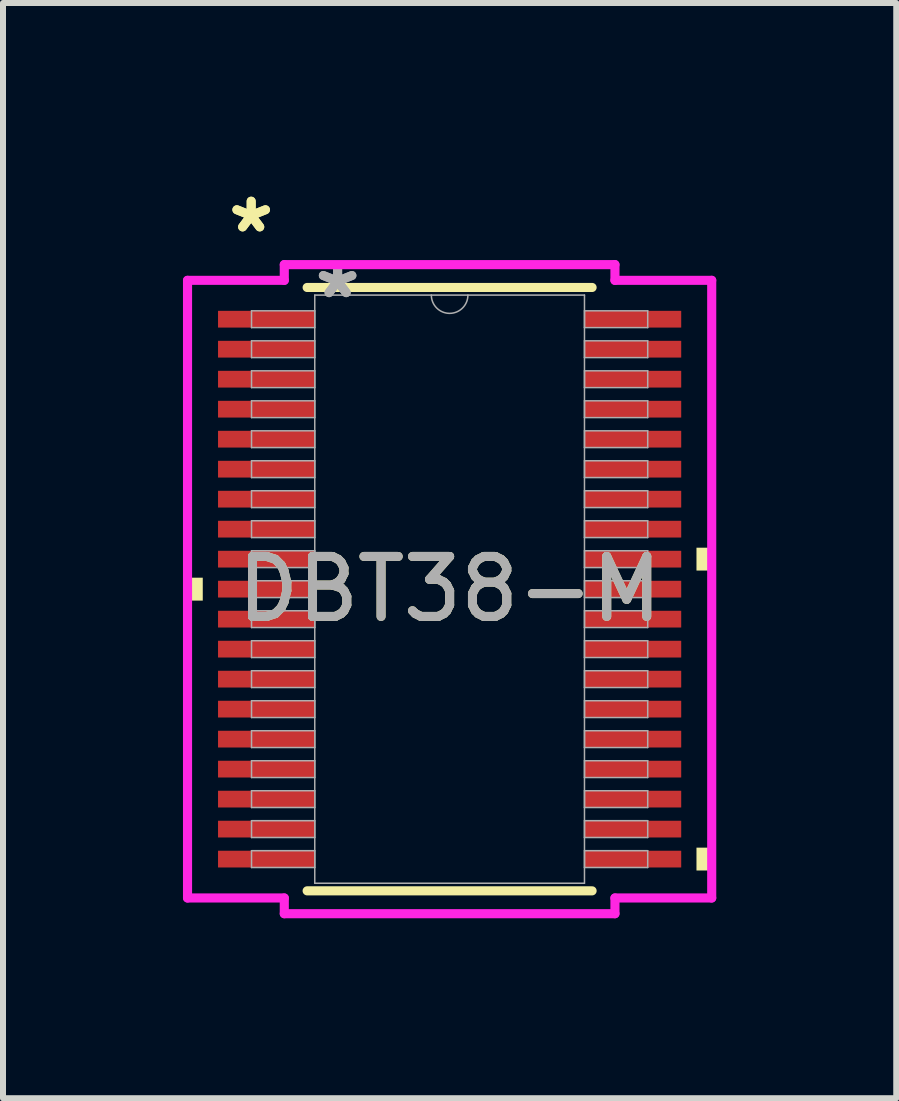
<source format=kicad_pcb>
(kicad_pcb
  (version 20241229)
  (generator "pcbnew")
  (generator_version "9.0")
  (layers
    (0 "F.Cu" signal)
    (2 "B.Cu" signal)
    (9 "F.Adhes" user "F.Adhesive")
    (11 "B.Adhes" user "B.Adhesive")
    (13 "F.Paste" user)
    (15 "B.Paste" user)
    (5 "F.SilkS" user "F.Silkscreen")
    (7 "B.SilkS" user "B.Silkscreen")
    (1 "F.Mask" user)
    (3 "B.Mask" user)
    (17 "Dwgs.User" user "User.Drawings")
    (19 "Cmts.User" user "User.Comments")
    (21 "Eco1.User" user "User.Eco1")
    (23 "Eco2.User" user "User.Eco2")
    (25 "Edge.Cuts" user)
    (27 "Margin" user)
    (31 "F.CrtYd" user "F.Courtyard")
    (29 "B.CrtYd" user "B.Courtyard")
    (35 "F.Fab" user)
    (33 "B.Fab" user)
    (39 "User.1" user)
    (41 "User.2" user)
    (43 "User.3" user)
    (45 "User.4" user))
  (footprint "DBT38-M"
    (layer "F.Cu")
    (at 4.445 6.771)
    (property "Reference" "DBT38-M" (at 0 0 0) (unlocked yes) (layer "F.SilkS") (effects (font (size 1 1) (thickness 0.15))))
    (attr smd)
    (fp_line (start -2.375 5.029) (end 2.375 5.029) (stroke (width 0.152) (type solid)) (layer "F.SilkS"))
    (fp_line (start 2.375 -5.029) (end -2.375 -5.029) (stroke (width 0.152) (type solid)) (layer "F.SilkS"))
    (fp_poly (pts (xy -4.369 -0.191) (xy -4.369 0.191) (xy -4.115 0.191) (xy -4.115 -0.191)) (stroke (width 0) (type solid)) (fill yes) (layer "F.SilkS"))
    (fp_poly (pts (xy 4.369 -0.691) (xy 4.369 -0.31) (xy 4.115 -0.31) (xy 4.115 -0.691)) (stroke (width 0) (type solid)) (fill yes) (layer "F.SilkS"))
    (fp_poly (pts (xy 4.369 4.309) (xy 4.369 4.69) (xy 4.115 4.69) (xy 4.115 4.309)) (stroke (width 0) (type solid)) (fill yes) (layer "F.SilkS"))
    (fp_line (start -4.369 -5.148) (end -2.756 -5.148) (stroke (width 0.152) (type solid)) (layer "F.CrtYd"))
    (fp_line (start -4.369 5.148) (end -4.369 -5.148) (stroke (width 0.152) (type solid)) (layer "F.CrtYd"))
    (fp_line (start -4.369 5.148) (end -2.756 5.148) (stroke (width 0.152) (type solid)) (layer "F.CrtYd"))
    (fp_line (start -2.756 -5.41) (end 2.756 -5.41) (stroke (width 0.152) (type solid)) (layer "F.CrtYd"))
    (fp_line (start -2.756 -5.148) (end -2.756 -5.41) (stroke (width 0.152) (type solid)) (layer "F.CrtYd"))
    (fp_line (start -2.756 5.41) (end -2.756 5.148) (stroke (width 0.152) (type solid)) (layer "F.CrtYd"))
    (fp_line (start 2.756 -5.41) (end 2.756 -5.148) (stroke (width 0.152) (type solid)) (layer "F.CrtYd"))
    (fp_line (start 2.756 5.148) (end 2.756 5.41) (stroke (width 0.152) (type solid)) (layer "F.CrtYd"))
    (fp_line (start 2.756 5.41) (end -2.756 5.41) (stroke (width 0.152) (type solid)) (layer "F.CrtYd"))
    (fp_line (start 4.369 -5.148) (end 2.756 -5.148) (stroke (width 0.152) (type solid)) (layer "F.CrtYd"))
    (fp_line (start 4.369 -5.148) (end 4.369 5.148) (stroke (width 0.152) (type solid)) (layer "F.CrtYd"))
    (fp_line (start 4.369 5.148) (end 2.756 5.148) (stroke (width 0.152) (type solid)) (layer "F.CrtYd"))
    (fp_line (start -3.302 -4.64) (end -3.302 -4.36) (stroke (width 0.025) (type solid)) (layer "F.Fab"))
    (fp_line (start -3.302 -4.36) (end -2.248 -4.36) (stroke (width 0.025) (type solid)) (layer "F.Fab"))
    (fp_line (start -3.302 -4.14) (end -3.302 -3.86) (stroke (width 0.025) (type solid)) (layer "F.Fab"))
    (fp_line (start -3.302 -3.86) (end -2.248 -3.86) (stroke (width 0.025) (type solid)) (layer "F.Fab"))
    (fp_line (start -3.302 -3.64) (end -3.302 -3.36) (stroke (width 0.025) (type solid)) (layer "F.Fab"))
    (fp_line (start -3.302 -3.36) (end -2.248 -3.36) (stroke (width 0.025) (type solid)) (layer "F.Fab"))
    (fp_line (start -3.302 -3.14) (end -3.302 -2.86) (stroke (width 0.025) (type solid)) (layer "F.Fab"))
    (fp_line (start -3.302 -2.86) (end -2.248 -2.86) (stroke (width 0.025) (type solid)) (layer "F.Fab"))
    (fp_line (start -3.302 -2.64) (end -3.302 -2.36) (stroke (width 0.025) (type solid)) (layer "F.Fab"))
    (fp_line (start -3.302 -2.36) (end -2.248 -2.36) (stroke (width 0.025) (type solid)) (layer "F.Fab"))
    (fp_line (start -3.302 -2.14) (end -3.302 -1.86) (stroke (width 0.025) (type solid)) (layer "F.Fab"))
    (fp_line (start -3.302 -1.86) (end -2.248 -1.86) (stroke (width 0.025) (type solid)) (layer "F.Fab"))
    (fp_line (start -3.302 -1.64) (end -3.302 -1.36) (stroke (width 0.025) (type solid)) (layer "F.Fab"))
    (fp_line (start -3.302 -1.36) (end -2.248 -1.36) (stroke (width 0.025) (type solid)) (layer "F.Fab"))
    (fp_line (start -3.302 -1.14) (end -3.302 -0.86) (stroke (width 0.025) (type solid)) (layer "F.Fab"))
    (fp_line (start -3.302 -0.86) (end -2.248 -0.86) (stroke (width 0.025) (type solid)) (layer "F.Fab"))
    (fp_line (start -3.302 -0.64) (end -3.302 -0.36) (stroke (width 0.025) (type solid)) (layer "F.Fab"))
    (fp_line (start -3.302 -0.36) (end -2.248 -0.36) (stroke (width 0.025) (type solid)) (layer "F.Fab"))
    (fp_line (start -3.302 -0.14) (end -3.302 0.14) (stroke (width 0.025) (type solid)) (layer "F.Fab"))
    (fp_line (start -3.302 0.14) (end -2.248 0.14) (stroke (width 0.025) (type solid)) (layer "F.Fab"))
    (fp_line (start -3.302 0.36) (end -3.302 0.64) (stroke (width 0.025) (type solid)) (layer "F.Fab"))
    (fp_line (start -3.302 0.64) (end -2.248 0.64) (stroke (width 0.025) (type solid)) (layer "F.Fab"))
    (fp_line (start -3.302 0.86) (end -3.302 1.14) (stroke (width 0.025) (type solid)) (layer "F.Fab"))
    (fp_line (start -3.302 1.14) (end -2.248 1.14) (stroke (width 0.025) (type solid)) (layer "F.Fab"))
    (fp_line (start -3.302 1.36) (end -3.302 1.64) (stroke (width 0.025) (type solid)) (layer "F.Fab"))
    (fp_line (start -3.302 1.64) (end -2.248 1.64) (stroke (width 0.025) (type solid)) (layer "F.Fab"))
    (fp_line (start -3.302 1.86) (end -3.302 2.14) (stroke (width 0.025) (type solid)) (layer "F.Fab"))
    (fp_line (start -3.302 2.14) (end -2.248 2.14) (stroke (width 0.025) (type solid)) (layer "F.Fab"))
    (fp_line (start -3.302 2.36) (end -3.302 2.64) (stroke (width 0.025) (type solid)) (layer "F.Fab"))
    (fp_line (start -3.302 2.64) (end -2.248 2.64) (stroke (width 0.025) (type solid)) (layer "F.Fab"))
    (fp_line (start -3.302 2.86) (end -3.302 3.14) (stroke (width 0.025) (type solid)) (layer "F.Fab"))
    (fp_line (start -3.302 3.14) (end -2.248 3.14) (stroke (width 0.025) (type solid)) (layer "F.Fab"))
    (fp_line (start -3.302 3.36) (end -3.302 3.64) (stroke (width 0.025) (type solid)) (layer "F.Fab"))
    (fp_line (start -3.302 3.64) (end -2.248 3.64) (stroke (width 0.025) (type solid)) (layer "F.Fab"))
    (fp_line (start -3.302 3.86) (end -3.302 4.14) (stroke (width 0.025) (type solid)) (layer "F.Fab"))
    (fp_line (start -3.302 4.14) (end -2.248 4.14) (stroke (width 0.025) (type solid)) (layer "F.Fab"))
    (fp_line (start -3.302 4.36) (end -3.302 4.64) (stroke (width 0.025) (type solid)) (layer "F.Fab"))
    (fp_line (start -3.302 4.64) (end -2.248 4.64) (stroke (width 0.025) (type solid)) (layer "F.Fab"))
    (fp_line (start -2.248 -4.902) (end -2.248 4.902) (stroke (width 0.025) (type solid)) (layer "F.Fab"))
    (fp_line (start -2.248 -4.64) (end -3.302 -4.64) (stroke (width 0.025) (type solid)) (layer "F.Fab"))
    (fp_line (start -2.248 -4.36) (end -2.248 -4.64) (stroke (width 0.025) (type solid)) (layer "F.Fab"))
    (fp_line (start -2.248 -4.14) (end -3.302 -4.14) (stroke (width 0.025) (type solid)) (layer "F.Fab"))
    (fp_line (start -2.248 -3.86) (end -2.248 -4.14) (stroke (width 0.025) (type solid)) (layer "F.Fab"))
    (fp_line (start -2.248 -3.64) (end -3.302 -3.64) (stroke (width 0.025) (type solid)) (layer "F.Fab"))
    (fp_line (start -2.248 -3.36) (end -2.248 -3.64) (stroke (width 0.025) (type solid)) (layer "F.Fab"))
    (fp_line (start -2.248 -3.14) (end -3.302 -3.14) (stroke (width 0.025) (type solid)) (layer "F.Fab"))
    (fp_line (start -2.248 -2.86) (end -2.248 -3.14) (stroke (width 0.025) (type solid)) (layer "F.Fab"))
    (fp_line (start -2.248 -2.64) (end -3.302 -2.64) (stroke (width 0.025) (type solid)) (layer "F.Fab"))
    (fp_line (start -2.248 -2.36) (end -2.248 -2.64) (stroke (width 0.025) (type solid)) (layer "F.Fab"))
    (fp_line (start -2.248 -2.14) (end -3.302 -2.14) (stroke (width 0.025) (type solid)) (layer "F.Fab"))
    (fp_line (start -2.248 -1.86) (end -2.248 -2.14) (stroke (width 0.025) (type solid)) (layer "F.Fab"))
    (fp_line (start -2.248 -1.64) (end -3.302 -1.64) (stroke (width 0.025) (type solid)) (layer "F.Fab"))
    (fp_line (start -2.248 -1.36) (end -2.248 -1.64) (stroke (width 0.025) (type solid)) (layer "F.Fab"))
    (fp_line (start -2.248 -1.14) (end -3.302 -1.14) (stroke (width 0.025) (type solid)) (layer "F.Fab"))
    (fp_line (start -2.248 -0.86) (end -2.248 -1.14) (stroke (width 0.025) (type solid)) (layer "F.Fab"))
    (fp_line (start -2.248 -0.64) (end -3.302 -0.64) (stroke (width 0.025) (type solid)) (layer "F.Fab"))
    (fp_line (start -2.248 -0.36) (end -2.248 -0.64) (stroke (width 0.025) (type solid)) (layer "F.Fab"))
    (fp_line (start -2.248 -0.14) (end -3.302 -0.14) (stroke (width 0.025) (type solid)) (layer "F.Fab"))
    (fp_line (start -2.248 0.14) (end -2.248 -0.14) (stroke (width 0.025) (type solid)) (layer "F.Fab"))
    (fp_line (start -2.248 0.36) (end -3.302 0.36) (stroke (width 0.025) (type solid)) (layer "F.Fab"))
    (fp_line (start -2.248 0.64) (end -2.248 0.36) (stroke (width 0.025) (type solid)) (layer "F.Fab"))
    (fp_line (start -2.248 0.86) (end -3.302 0.86) (stroke (width 0.025) (type solid)) (layer "F.Fab"))
    (fp_line (start -2.248 1.14) (end -2.248 0.86) (stroke (width 0.025) (type solid)) (layer "F.Fab"))
    (fp_line (start -2.248 1.36) (end -3.302 1.36) (stroke (width 0.025) (type solid)) (layer "F.Fab"))
    (fp_line (start -2.248 1.64) (end -2.248 1.36) (stroke (width 0.025) (type solid)) (layer "F.Fab"))
    (fp_line (start -2.248 1.86) (end -3.302 1.86) (stroke (width 0.025) (type solid)) (layer "F.Fab"))
    (fp_line (start -2.248 2.14) (end -2.248 1.86) (stroke (width 0.025) (type solid)) (layer "F.Fab"))
    (fp_line (start -2.248 2.36) (end -3.302 2.36) (stroke (width 0.025) (type solid)) (layer "F.Fab"))
    (fp_line (start -2.248 2.64) (end -2.248 2.36) (stroke (width 0.025) (type solid)) (layer "F.Fab"))
    (fp_line (start -2.248 2.86) (end -3.302 2.86) (stroke (width 0.025) (type solid)) (layer "F.Fab"))
    (fp_line (start -2.248 3.14) (end -2.248 2.86) (stroke (width 0.025) (type solid)) (layer "F.Fab"))
    (fp_line (start -2.248 3.36) (end -3.302 3.36) (stroke (width 0.025) (type solid)) (layer "F.Fab"))
    (fp_line (start -2.248 3.64) (end -2.248 3.36) (stroke (width 0.025) (type solid)) (layer "F.Fab"))
    (fp_line (start -2.248 3.86) (end -3.302 3.86) (stroke (width 0.025) (type solid)) (layer "F.Fab"))
    (fp_line (start -2.248 4.14) (end -2.248 3.86) (stroke (width 0.025) (type solid)) (layer "F.Fab"))
    (fp_line (start -2.248 4.36) (end -3.302 4.36) (stroke (width 0.025) (type solid)) (layer "F.Fab"))
    (fp_line (start -2.248 4.64) (end -2.248 4.36) (stroke (width 0.025) (type solid)) (layer "F.Fab"))
    (fp_line (start -2.248 4.902) (end 2.248 4.902) (stroke (width 0.025) (type solid)) (layer "F.Fab"))
    (fp_line (start 2.248 -4.902) (end -2.248 -4.902) (stroke (width 0.025) (type solid)) (layer "F.Fab"))
    (fp_line (start 2.248 -4.64) (end 2.248 -4.36) (stroke (width 0.025) (type solid)) (layer "F.Fab"))
    (fp_line (start 2.248 -4.36) (end 3.302 -4.36) (stroke (width 0.025) (type solid)) (layer "F.Fab"))
    (fp_line (start 2.248 -4.14) (end 2.248 -3.86) (stroke (width 0.025) (type solid)) (layer "F.Fab"))
    (fp_line (start 2.248 -3.86) (end 3.302 -3.86) (stroke (width 0.025) (type solid)) (layer "F.Fab"))
    (fp_line (start 2.248 -3.64) (end 2.248 -3.36) (stroke (width 0.025) (type solid)) (layer "F.Fab"))
    (fp_line (start 2.248 -3.36) (end 3.302 -3.36) (stroke (width 0.025) (type solid)) (layer "F.Fab"))
    (fp_line (start 2.248 -3.14) (end 2.248 -2.86) (stroke (width 0.025) (type solid)) (layer "F.Fab"))
    (fp_line (start 2.248 -2.86) (end 3.302 -2.86) (stroke (width 0.025) (type solid)) (layer "F.Fab"))
    (fp_line (start 2.248 -2.64) (end 2.248 -2.36) (stroke (width 0.025) (type solid)) (layer "F.Fab"))
    (fp_line (start 2.248 -2.36) (end 3.302 -2.36) (stroke (width 0.025) (type solid)) (layer "F.Fab"))
    (fp_line (start 2.248 -2.14) (end 2.248 -1.86) (stroke (width 0.025) (type solid)) (layer "F.Fab"))
    (fp_line (start 2.248 -1.86) (end 3.302 -1.86) (stroke (width 0.025) (type solid)) (layer "F.Fab"))
    (fp_line (start 2.248 -1.64) (end 2.248 -1.36) (stroke (width 0.025) (type solid)) (layer "F.Fab"))
    (fp_line (start 2.248 -1.36) (end 3.302 -1.36) (stroke (width 0.025) (type solid)) (layer "F.Fab"))
    (fp_line (start 2.248 -1.14) (end 2.248 -0.86) (stroke (width 0.025) (type solid)) (layer "F.Fab"))
    (fp_line (start 2.248 -0.86) (end 3.302 -0.86) (stroke (width 0.025) (type solid)) (layer "F.Fab"))
    (fp_line (start 2.248 -0.64) (end 2.248 -0.36) (stroke (width 0.025) (type solid)) (layer "F.Fab"))
    (fp_line (start 2.248 -0.36) (end 3.302 -0.36) (stroke (width 0.025) (type solid)) (layer "F.Fab"))
    (fp_line (start 2.248 -0.14) (end 2.248 0.14) (stroke (width 0.025) (type solid)) (layer "F.Fab"))
    (fp_line (start 2.248 0.14) (end 3.302 0.14) (stroke (width 0.025) (type solid)) (layer "F.Fab"))
    (fp_line (start 2.248 0.36) (end 2.248 0.64) (stroke (width 0.025) (type solid)) (layer "F.Fab"))
    (fp_line (start 2.248 0.64) (end 3.302 0.64) (stroke (width 0.025) (type solid)) (layer "F.Fab"))
    (fp_line (start 2.248 0.86) (end 2.248 1.14) (stroke (width 0.025) (type solid)) (layer "F.Fab"))
    (fp_line (start 2.248 1.14) (end 3.302 1.14) (stroke (width 0.025) (type solid)) (layer "F.Fab"))
    (fp_line (start 2.248 1.36) (end 2.248 1.64) (stroke (width 0.025) (type solid)) (layer "F.Fab"))
    (fp_line (start 2.248 1.64) (end 3.302 1.64) (stroke (width 0.025) (type solid)) (layer "F.Fab"))
    (fp_line (start 2.248 1.86) (end 2.248 2.14) (stroke (width 0.025) (type solid)) (layer "F.Fab"))
    (fp_line (start 2.248 2.14) (end 3.302 2.14) (stroke (width 0.025) (type solid)) (layer "F.Fab"))
    (fp_line (start 2.248 2.36) (end 2.248 2.64) (stroke (width 0.025) (type solid)) (layer "F.Fab"))
    (fp_line (start 2.248 2.64) (end 3.302 2.64) (stroke (width 0.025) (type solid)) (layer "F.Fab"))
    (fp_line (start 2.248 2.86) (end 2.248 3.14) (stroke (width 0.025) (type solid)) (layer "F.Fab"))
    (fp_line (start 2.248 3.14) (end 3.302 3.14) (stroke (width 0.025) (type solid)) (layer "F.Fab"))
    (fp_line (start 2.248 3.36) (end 2.248 3.64) (stroke (width 0.025) (type solid)) (layer "F.Fab"))
    (fp_line (start 2.248 3.64) (end 3.302 3.64) (stroke (width 0.025) (type solid)) (layer "F.Fab"))
    (fp_line (start 2.248 3.86) (end 2.248 4.14) (stroke (width 0.025) (type solid)) (layer "F.Fab"))
    (fp_line (start 2.248 4.14) (end 3.302 4.14) (stroke (width 0.025) (type solid)) (layer "F.Fab"))
    (fp_line (start 2.248 4.36) (end 2.248 4.64) (stroke (width 0.025) (type solid)) (layer "F.Fab"))
    (fp_line (start 2.248 4.64) (end 3.302 4.64) (stroke (width 0.025) (type solid)) (layer "F.Fab"))
    (fp_line (start 2.248 4.902) (end 2.248 -4.902) (stroke (width 0.025) (type solid)) (layer "F.Fab"))
    (fp_line (start 3.302 -4.64) (end 2.248 -4.64) (stroke (width 0.025) (type solid)) (layer "F.Fab"))
    (fp_line (start 3.302 -4.36) (end 3.302 -4.64) (stroke (width 0.025) (type solid)) (layer "F.Fab"))
    (fp_line (start 3.302 -4.14) (end 2.248 -4.14) (stroke (width 0.025) (type solid)) (layer "F.Fab"))
    (fp_line (start 3.302 -3.86) (end 3.302 -4.14) (stroke (width 0.025) (type solid)) (layer "F.Fab"))
    (fp_line (start 3.302 -3.64) (end 2.248 -3.64) (stroke (width 0.025) (type solid)) (layer "F.Fab"))
    (fp_line (start 3.302 -3.36) (end 3.302 -3.64) (stroke (width 0.025) (type solid)) (layer "F.Fab"))
    (fp_line (start 3.302 -3.14) (end 2.248 -3.14) (stroke (width 0.025) (type solid)) (layer "F.Fab"))
    (fp_line (start 3.302 -2.86) (end 3.302 -3.14) (stroke (width 0.025) (type solid)) (layer "F.Fab"))
    (fp_line (start 3.302 -2.64) (end 2.248 -2.64) (stroke (width 0.025) (type solid)) (layer "F.Fab"))
    (fp_line (start 3.302 -2.36) (end 3.302 -2.64) (stroke (width 0.025) (type solid)) (layer "F.Fab"))
    (fp_line (start 3.302 -2.14) (end 2.248 -2.14) (stroke (width 0.025) (type solid)) (layer "F.Fab"))
    (fp_line (start 3.302 -1.86) (end 3.302 -2.14) (stroke (width 0.025) (type solid)) (layer "F.Fab"))
    (fp_line (start 3.302 -1.64) (end 2.248 -1.64) (stroke (width 0.025) (type solid)) (layer "F.Fab"))
    (fp_line (start 3.302 -1.36) (end 3.302 -1.64) (stroke (width 0.025) (type solid)) (layer "F.Fab"))
    (fp_line (start 3.302 -1.14) (end 2.248 -1.14) (stroke (width 0.025) (type solid)) (layer "F.Fab"))
    (fp_line (start 3.302 -0.86) (end 3.302 -1.14) (stroke (width 0.025) (type solid)) (layer "F.Fab"))
    (fp_line (start 3.302 -0.64) (end 2.248 -0.64) (stroke (width 0.025) (type solid)) (layer "F.Fab"))
    (fp_line (start 3.302 -0.36) (end 3.302 -0.64) (stroke (width 0.025) (type solid)) (layer "F.Fab"))
    (fp_line (start 3.302 -0.14) (end 2.248 -0.14) (stroke (width 0.025) (type solid)) (layer "F.Fab"))
    (fp_line (start 3.302 0.14) (end 3.302 -0.14) (stroke (width 0.025) (type solid)) (layer "F.Fab"))
    (fp_line (start 3.302 0.36) (end 2.248 0.36) (stroke (width 0.025) (type solid)) (layer "F.Fab"))
    (fp_line (start 3.302 0.64) (end 3.302 0.36) (stroke (width 0.025) (type solid)) (layer "F.Fab"))
    (fp_line (start 3.302 0.86) (end 2.248 0.86) (stroke (width 0.025) (type solid)) (layer "F.Fab"))
    (fp_line (start 3.302 1.14) (end 3.302 0.86) (stroke (width 0.025) (type solid)) (layer "F.Fab"))
    (fp_line (start 3.302 1.36) (end 2.248 1.36) (stroke (width 0.025) (type solid)) (layer "F.Fab"))
    (fp_line (start 3.302 1.64) (end 3.302 1.36) (stroke (width 0.025) (type solid)) (layer "F.Fab"))
    (fp_line (start 3.302 1.86) (end 2.248 1.86) (stroke (width 0.025) (type solid)) (layer "F.Fab"))
    (fp_line (start 3.302 2.14) (end 3.302 1.86) (stroke (width 0.025) (type solid)) (layer "F.Fab"))
    (fp_line (start 3.302 2.36) (end 2.248 2.36) (stroke (width 0.025) (type solid)) (layer "F.Fab"))
    (fp_line (start 3.302 2.64) (end 3.302 2.36) (stroke (width 0.025) (type solid)) (layer "F.Fab"))
    (fp_line (start 3.302 2.86) (end 2.248 2.86) (stroke (width 0.025) (type solid)) (layer "F.Fab"))
    (fp_line (start 3.302 3.14) (end 3.302 2.86) (stroke (width 0.025) (type solid)) (layer "F.Fab"))
    (fp_line (start 3.302 3.36) (end 2.248 3.36) (stroke (width 0.025) (type solid)) (layer "F.Fab"))
    (fp_line (start 3.302 3.64) (end 3.302 3.36) (stroke (width 0.025) (type solid)) (layer "F.Fab"))
    (fp_line (start 3.302 3.86) (end 2.248 3.86) (stroke (width 0.025) (type solid)) (layer "F.Fab"))
    (fp_line (start 3.302 4.14) (end 3.302 3.86) (stroke (width 0.025) (type solid)) (layer "F.Fab"))
    (fp_line (start 3.302 4.36) (end 2.248 4.36) (stroke (width 0.025) (type solid)) (layer "F.Fab"))
    (fp_line (start 3.302 4.64) (end 3.302 4.36) (stroke (width 0.025) (type solid)) (layer "F.Fab"))
    (fp_arc (start 0.3048 -4.9022) (mid 0 -4.5974) (end -0.3048 -4.9022) (stroke (width 0.0254) (type solid)) (layer "F.Fab"))
    (fp_text user "*" (at -3.308 -5.922 0) (layer "F.SilkS") (effects (font (size 1 1) (thickness 0.15))))
    (fp_text user "*" (at -3.308 -5.922 0) (unlocked yes) (layer "F.SilkS") (effects (font (size 1 1) (thickness 0.15))))
    (fp_text user "${REFERENCE}" (at 0 0 0) (unlocked yes) (layer "F.Fab") (effects (font (size 1 1) (thickness 0.15))))
    (fp_text user "*" (at -1.867 -4.826 0) (layer "F.Fab") (effects (font (size 1 1) (thickness 0.15))))
    (fp_text user "*" (at -1.867 -4.826 0) (unlocked yes) (layer "F.Fab") (effects (font (size 1 1) (thickness 0.15))))
    (pad "1" smd rect (at -3.054 -4.5) (size 1.613 0.279) (layers "F.Cu" "F.Mask" "F.Paste"))
    (pad "2" smd rect (at -3.054 -4) (size 1.613 0.279) (layers "F.Cu" "F.Mask" "F.Paste"))
    (pad "3" smd rect (at -3.054 -3.5) (size 1.613 0.279) (layers "F.Cu" "F.Mask" "F.Paste"))
    (pad "4" smd rect (at -3.054 -3) (size 1.613 0.279) (layers "F.Cu" "F.Mask" "F.Paste"))
    (pad "5" smd rect (at -3.054 -2.5) (size 1.613 0.279) (layers "F.Cu" "F.Mask" "F.Paste"))
    (pad "6" smd rect (at -3.054 -2) (size 1.613 0.279) (layers "F.Cu" "F.Mask" "F.Paste"))
    (pad "7" smd rect (at -3.054 -1.5) (size 1.613 0.279) (layers "F.Cu" "F.Mask" "F.Paste"))
    (pad "8" smd rect (at -3.054 -1) (size 1.613 0.279) (layers "F.Cu" "F.Mask" "F.Paste"))
    (pad "9" smd rect (at -3.054 -0.5) (size 1.613 0.279) (layers "F.Cu" "F.Mask" "F.Paste"))
    (pad "10" smd rect (at -3.054 0) (size 1.613 0.279) (layers "F.Cu" "F.Mask" "F.Paste"))
    (pad "11" smd rect (at -3.054 0.5) (size 1.613 0.279) (layers "F.Cu" "F.Mask" "F.Paste"))
    (pad "12" smd rect (at -3.054 1) (size 1.613 0.279) (layers "F.Cu" "F.Mask" "F.Paste"))
    (pad "13" smd rect (at -3.054 1.5) (size 1.613 0.279) (layers "F.Cu" "F.Mask" "F.Paste"))
    (pad "14" smd rect (at -3.054 2) (size 1.613 0.279) (layers "F.Cu" "F.Mask" "F.Paste"))
    (pad "15" smd rect (at -3.054 2.5) (size 1.613 0.279) (layers "F.Cu" "F.Mask" "F.Paste"))
    (pad "16" smd rect (at -3.054 3) (size 1.613 0.279) (layers "F.Cu" "F.Mask" "F.Paste"))
    (pad "17" smd rect (at -3.054 3.5) (size 1.613 0.279) (layers "F.Cu" "F.Mask" "F.Paste"))
    (pad "18" smd rect (at -3.054 4) (size 1.613 0.279) (layers "F.Cu" "F.Mask" "F.Paste"))
    (pad "19" smd rect (at -3.054 4.5) (size 1.613 0.279) (layers "F.Cu" "F.Mask" "F.Paste"))
    (pad "20" smd rect (at 3.054 4.5) (size 1.613 0.279) (layers "F.Cu" "F.Mask" "F.Paste"))
    (pad "21" smd rect (at 3.054 4) (size 1.613 0.279) (layers "F.Cu" "F.Mask" "F.Paste"))
    (pad "22" smd rect (at 3.054 3.5) (size 1.613 0.279) (layers "F.Cu" "F.Mask" "F.Paste"))
    (pad "23" smd rect (at 3.054 3) (size 1.613 0.279) (layers "F.Cu" "F.Mask" "F.Paste"))
    (pad "24" smd rect (at 3.054 2.5) (size 1.613 0.279) (layers "F.Cu" "F.Mask" "F.Paste"))
    (pad "25" smd rect (at 3.054 2) (size 1.613 0.279) (layers "F.Cu" "F.Mask" "F.Paste"))
    (pad "26" smd rect (at 3.054 1.5) (size 1.613 0.279) (layers "F.Cu" "F.Mask" "F.Paste"))
    (pad "27" smd rect (at 3.054 1) (size 1.613 0.279) (layers "F.Cu" "F.Mask" "F.Paste"))
    (pad "28" smd rect (at 3.054 0.5) (size 1.613 0.279) (layers "F.Cu" "F.Mask" "F.Paste"))
    (pad "29" smd rect (at 3.054 0) (size 1.613 0.279) (layers "F.Cu" "F.Mask" "F.Paste"))
    (pad "30" smd rect (at 3.054 -0.5) (size 1.613 0.279) (layers "F.Cu" "F.Mask" "F.Paste"))
    (pad "31" smd rect (at 3.054 -1) (size 1.613 0.279) (layers "F.Cu" "F.Mask" "F.Paste"))
    (pad "32" smd rect (at 3.054 -1.5) (size 1.613 0.279) (layers "F.Cu" "F.Mask" "F.Paste"))
    (pad "33" smd rect (at 3.054 -2) (size 1.613 0.279) (layers "F.Cu" "F.Mask" "F.Paste"))
    (pad "34" smd rect (at 3.054 -2.5) (size 1.613 0.279) (layers "F.Cu" "F.Mask" "F.Paste"))
    (pad "35" smd rect (at 3.054 -3) (size 1.613 0.279) (layers "F.Cu" "F.Mask" "F.Paste"))
    (pad "36" smd rect (at 3.054 -3.5) (size 1.613 0.279) (layers "F.Cu" "F.Mask" "F.Paste"))
    (pad "37" smd rect (at 3.054 -4) (size 1.613 0.279) (layers "F.Cu" "F.Mask" "F.Paste"))
    (pad "38" smd rect (at 3.054 -4.5) (size 1.613 0.279) (layers "F.Cu" "F.Mask" "F.Paste")))
  (gr_rect
    (start -3 -3)
    (end 11.89 15.257)
    (stroke (width 0.1) (type default))
    (fill no)
    (layer "Edge.Cuts")))
</source>
